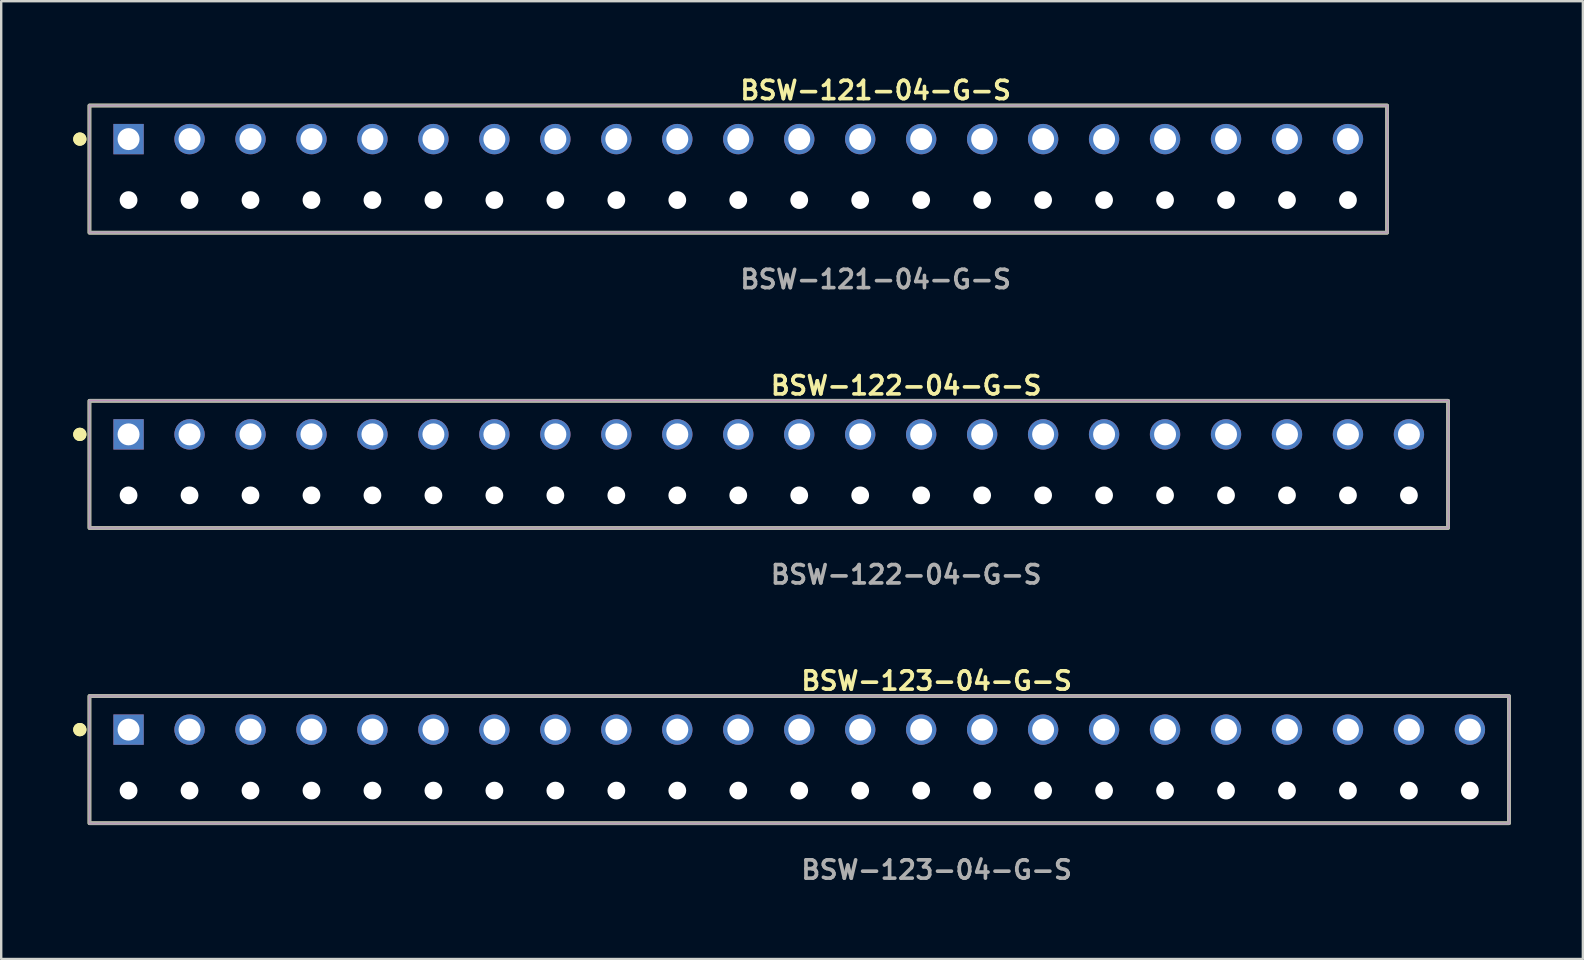
<source format=kicad_pcb>
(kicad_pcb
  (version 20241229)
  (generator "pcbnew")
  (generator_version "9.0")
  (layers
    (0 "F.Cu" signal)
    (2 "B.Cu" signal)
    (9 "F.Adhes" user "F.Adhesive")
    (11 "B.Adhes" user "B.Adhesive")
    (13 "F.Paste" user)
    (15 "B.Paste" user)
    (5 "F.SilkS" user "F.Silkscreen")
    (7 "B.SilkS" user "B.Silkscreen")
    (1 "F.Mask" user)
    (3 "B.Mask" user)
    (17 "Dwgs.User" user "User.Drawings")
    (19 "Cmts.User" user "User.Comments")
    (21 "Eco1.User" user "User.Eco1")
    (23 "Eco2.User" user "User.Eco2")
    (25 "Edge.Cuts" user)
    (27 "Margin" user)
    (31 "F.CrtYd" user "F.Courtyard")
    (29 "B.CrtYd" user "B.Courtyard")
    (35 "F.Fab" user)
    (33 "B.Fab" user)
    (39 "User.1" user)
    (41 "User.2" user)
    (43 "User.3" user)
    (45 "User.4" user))
  (footprint "BSW-122-04-G-S"
    (layer "F.Cu")
    (at 28.976 15.046)
    (property "Reference" "BSW-122-04-G-S" (at 0 -2.032 0) (unlocked yes) (layer "F.SilkS") (effects (font (size 0.762 0.762) (thickness 0.152)) (justify left)))
    (fp_rect (start -28.3 3.9) (end 28.3 -1.4) (stroke (width 0.152) (type solid)) (fill no) (layer "F.SilkS"))
    (fp_circle (center -28.7 0) (end -28.9 0) (stroke (width 0.152) (type solid)) (fill yes) (layer "F.SilkS"))
    (fp_circle (center -28.7 0) (end -28.9 0) (stroke (width 0.152) (type solid)) (fill yes) (layer "F.SilkS"))
    (fp_rect (start -28.3 3.9) (end 28.3 -1.4) (stroke (width 0.006) (type solid)) (fill no) (layer "F.CrtYd"))
    (fp_rect (start -28.3 3.9) (end 28.3 -1.4) (stroke (width 0.152) (type solid)) (fill no) (layer "F.Fab"))
    (fp_text user "${REFERENCE}" (at 0 5.842 0) (unlocked yes) (layer "F.Fab") (effects (font (size 0.762 0.762) (thickness 0.152)) (justify left)))
    (pad "" np_thru_hole circle (at -26.67 2.54) (size 0.74 0.74) (drill 0.74) (layers "*.Cu" "*.Mask"))
    (pad "" np_thru_hole circle (at -24.13 2.54) (size 0.74 0.74) (drill 0.74) (layers "*.Cu" "*.Mask"))
    (pad "" np_thru_hole circle (at -21.59 2.54) (size 0.74 0.74) (drill 0.74) (layers "*.Cu" "*.Mask"))
    (pad "" np_thru_hole circle (at -19.05 2.54) (size 0.74 0.74) (drill 0.74) (layers "*.Cu" "*.Mask"))
    (pad "" np_thru_hole circle (at -16.51 2.54) (size 0.74 0.74) (drill 0.74) (layers "*.Cu" "*.Mask"))
    (pad "" np_thru_hole circle (at -13.97 2.54) (size 0.74 0.74) (drill 0.74) (layers "*.Cu" "*.Mask"))
    (pad "" np_thru_hole circle (at -11.43 2.54) (size 0.74 0.74) (drill 0.74) (layers "*.Cu" "*.Mask"))
    (pad "" np_thru_hole circle (at -8.89 2.54) (size 0.74 0.74) (drill 0.74) (layers "*.Cu" "*.Mask"))
    (pad "" np_thru_hole circle (at -6.35 2.54) (size 0.74 0.74) (drill 0.74) (layers "*.Cu" "*.Mask"))
    (pad "" np_thru_hole circle (at -3.81 2.54) (size 0.74 0.74) (drill 0.74) (layers "*.Cu" "*.Mask"))
    (pad "" np_thru_hole circle (at -1.27 2.54) (size 0.74 0.74) (drill 0.74) (layers "*.Cu" "*.Mask"))
    (pad "" np_thru_hole circle (at 1.27 2.54) (size 0.74 0.74) (drill 0.74) (layers "*.Cu" "*.Mask"))
    (pad "" np_thru_hole circle (at 3.81 2.54) (size 0.74 0.74) (drill 0.74) (layers "*.Cu" "*.Mask"))
    (pad "" np_thru_hole circle (at 6.35 2.54) (size 0.74 0.74) (drill 0.74) (layers "*.Cu" "*.Mask"))
    (pad "" np_thru_hole circle (at 8.89 2.54) (size 0.74 0.74) (drill 0.74) (layers "*.Cu" "*.Mask"))
    (pad "" np_thru_hole circle (at 11.43 2.54) (size 0.74 0.74) (drill 0.74) (layers "*.Cu" "*.Mask"))
    (pad "" np_thru_hole circle (at 13.97 2.54) (size 0.74 0.74) (drill 0.74) (layers "*.Cu" "*.Mask"))
    (pad "" np_thru_hole circle (at 16.51 2.54) (size 0.74 0.74) (drill 0.74) (layers "*.Cu" "*.Mask"))
    (pad "" np_thru_hole circle (at 19.05 2.54) (size 0.74 0.74) (drill 0.74) (layers "*.Cu" "*.Mask"))
    (pad "" np_thru_hole circle (at 21.59 2.54) (size 0.74 0.74) (drill 0.74) (layers "*.Cu" "*.Mask"))
    (pad "" np_thru_hole circle (at 24.13 2.54) (size 0.74 0.74) (drill 0.74) (layers "*.Cu" "*.Mask"))
    (pad "" np_thru_hole circle (at 26.67 2.54) (size 0.74 0.74) (drill 0.74) (layers "*.Cu" "*.Mask"))
    (pad "1" thru_hole rect (at -26.67 0) (size 1.264 1.264) (drill 0.914) (layers "*.Cu" "*.Mask"))
    (pad "2" thru_hole circle (at -24.13 0) (size 1.264 1.264) (drill 0.914) (layers "*.Cu" "*.Mask"))
    (pad "3" thru_hole circle (at -21.59 0) (size 1.264 1.264) (drill 0.914) (layers "*.Cu" "*.Mask"))
    (pad "4" thru_hole circle (at -19.05 0) (size 1.264 1.264) (drill 0.914) (layers "*.Cu" "*.Mask"))
    (pad "5" thru_hole circle (at -16.51 0) (size 1.264 1.264) (drill 0.914) (layers "*.Cu" "*.Mask"))
    (pad "6" thru_hole circle (at -13.97 0) (size 1.264 1.264) (drill 0.914) (layers "*.Cu" "*.Mask"))
    (pad "7" thru_hole circle (at -11.43 0) (size 1.264 1.264) (drill 0.914) (layers "*.Cu" "*.Mask"))
    (pad "8" thru_hole circle (at -8.89 0) (size 1.264 1.264) (drill 0.914) (layers "*.Cu" "*.Mask"))
    (pad "9" thru_hole circle (at -6.35 0) (size 1.264 1.264) (drill 0.914) (layers "*.Cu" "*.Mask"))
    (pad "10" thru_hole circle (at -3.81 0) (size 1.264 1.264) (drill 0.914) (layers "*.Cu" "*.Mask"))
    (pad "11" thru_hole circle (at -1.27 0) (size 1.264 1.264) (drill 0.914) (layers "*.Cu" "*.Mask"))
    (pad "12" thru_hole circle (at 1.27 0) (size 1.264 1.264) (drill 0.914) (layers "*.Cu" "*.Mask"))
    (pad "13" thru_hole circle (at 3.81 0) (size 1.264 1.264) (drill 0.914) (layers "*.Cu" "*.Mask"))
    (pad "14" thru_hole circle (at 6.35 0) (size 1.264 1.264) (drill 0.914) (layers "*.Cu" "*.Mask"))
    (pad "15" thru_hole circle (at 8.89 0) (size 1.264 1.264) (drill 0.914) (layers "*.Cu" "*.Mask"))
    (pad "16" thru_hole circle (at 11.43 0) (size 1.264 1.264) (drill 0.914) (layers "*.Cu" "*.Mask"))
    (pad "17" thru_hole circle (at 13.97 0) (size 1.264 1.264) (drill 0.914) (layers "*.Cu" "*.Mask"))
    (pad "18" thru_hole circle (at 16.51 0) (size 1.264 1.264) (drill 0.914) (layers "*.Cu" "*.Mask"))
    (pad "19" thru_hole circle (at 19.05 0) (size 1.264 1.264) (drill 0.914) (layers "*.Cu" "*.Mask"))
    (pad "20" thru_hole circle (at 21.59 0) (size 1.264 1.264) (drill 0.914) (layers "*.Cu" "*.Mask"))
    (pad "21" thru_hole circle (at 24.13 0) (size 1.264 1.264) (drill 0.914) (layers "*.Cu" "*.Mask"))
    (pad "22" thru_hole circle (at 26.67 0) (size 1.264 1.264) (drill 0.914) (layers "*.Cu" "*.Mask")))
  (footprint "BSW-121-04-G-S"
    (layer "F.Cu")
    (at 27.706 2.745)
    (property "Reference" "BSW-121-04-G-S" (at 0 -2.032 0) (unlocked yes) (layer "F.SilkS") (effects (font (size 0.762 0.762) (thickness 0.152)) (justify left)))
    (fp_rect (start -27.03 3.9) (end 27.03 -1.4) (stroke (width 0.152) (type solid)) (fill no) (layer "F.SilkS"))
    (fp_circle (center -27.43 0) (end -27.63 0) (stroke (width 0.152) (type solid)) (fill yes) (layer "F.SilkS"))
    (fp_circle (center -27.43 0) (end -27.63 0) (stroke (width 0.152) (type solid)) (fill yes) (layer "F.SilkS"))
    (fp_rect (start -27.03 3.9) (end 27.03 -1.4) (stroke (width 0.006) (type solid)) (fill no) (layer "F.CrtYd"))
    (fp_rect (start -27.03 3.9) (end 27.03 -1.4) (stroke (width 0.152) (type solid)) (fill no) (layer "F.Fab"))
    (fp_text user "${REFERENCE}" (at 0 5.842 0) (unlocked yes) (layer "F.Fab") (effects (font (size 0.762 0.762) (thickness 0.152)) (justify left)))
    (pad "" np_thru_hole circle (at -25.4 2.54) (size 0.74 0.74) (drill 0.74) (layers "*.Cu" "*.Mask"))
    (pad "" np_thru_hole circle (at -22.86 2.54) (size 0.74 0.74) (drill 0.74) (layers "*.Cu" "*.Mask"))
    (pad "" np_thru_hole circle (at -20.32 2.54) (size 0.74 0.74) (drill 0.74) (layers "*.Cu" "*.Mask"))
    (pad "" np_thru_hole circle (at -17.78 2.54) (size 0.74 0.74) (drill 0.74) (layers "*.Cu" "*.Mask"))
    (pad "" np_thru_hole circle (at -15.24 2.54) (size 0.74 0.74) (drill 0.74) (layers "*.Cu" "*.Mask"))
    (pad "" np_thru_hole circle (at -12.7 2.54) (size 0.74 0.74) (drill 0.74) (layers "*.Cu" "*.Mask"))
    (pad "" np_thru_hole circle (at -10.16 2.54) (size 0.74 0.74) (drill 0.74) (layers "*.Cu" "*.Mask"))
    (pad "" np_thru_hole circle (at -7.62 2.54) (size 0.74 0.74) (drill 0.74) (layers "*.Cu" "*.Mask"))
    (pad "" np_thru_hole circle (at -5.08 2.54) (size 0.74 0.74) (drill 0.74) (layers "*.Cu" "*.Mask"))
    (pad "" np_thru_hole circle (at -2.54 2.54) (size 0.74 0.74) (drill 0.74) (layers "*.Cu" "*.Mask"))
    (pad "" np_thru_hole circle (at 0 2.54) (size 0.74 0.74) (drill 0.74) (layers "*.Cu" "*.Mask"))
    (pad "" np_thru_hole circle (at 2.54 2.54) (size 0.74 0.74) (drill 0.74) (layers "*.Cu" "*.Mask"))
    (pad "" np_thru_hole circle (at 5.08 2.54) (size 0.74 0.74) (drill 0.74) (layers "*.Cu" "*.Mask"))
    (pad "" np_thru_hole circle (at 7.62 2.54) (size 0.74 0.74) (drill 0.74) (layers "*.Cu" "*.Mask"))
    (pad "" np_thru_hole circle (at 10.16 2.54) (size 0.74 0.74) (drill 0.74) (layers "*.Cu" "*.Mask"))
    (pad "" np_thru_hole circle (at 12.7 2.54) (size 0.74 0.74) (drill 0.74) (layers "*.Cu" "*.Mask"))
    (pad "" np_thru_hole circle (at 15.24 2.54) (size 0.74 0.74) (drill 0.74) (layers "*.Cu" "*.Mask"))
    (pad "" np_thru_hole circle (at 17.78 2.54) (size 0.74 0.74) (drill 0.74) (layers "*.Cu" "*.Mask"))
    (pad "" np_thru_hole circle (at 20.32 2.54) (size 0.74 0.74) (drill 0.74) (layers "*.Cu" "*.Mask"))
    (pad "" np_thru_hole circle (at 22.86 2.54) (size 0.74 0.74) (drill 0.74) (layers "*.Cu" "*.Mask"))
    (pad "" np_thru_hole circle (at 25.4 2.54) (size 0.74 0.74) (drill 0.74) (layers "*.Cu" "*.Mask"))
    (pad "1" thru_hole rect (at -25.4 0) (size 1.264 1.264) (drill 0.914) (layers "*.Cu" "*.Mask"))
    (pad "2" thru_hole circle (at -22.86 0) (size 1.264 1.264) (drill 0.914) (layers "*.Cu" "*.Mask"))
    (pad "3" thru_hole circle (at -20.32 0) (size 1.264 1.264) (drill 0.914) (layers "*.Cu" "*.Mask"))
    (pad "4" thru_hole circle (at -17.78 0) (size 1.264 1.264) (drill 0.914) (layers "*.Cu" "*.Mask"))
    (pad "5" thru_hole circle (at -15.24 0) (size 1.264 1.264) (drill 0.914) (layers "*.Cu" "*.Mask"))
    (pad "6" thru_hole circle (at -12.7 0) (size 1.264 1.264) (drill 0.914) (layers "*.Cu" "*.Mask"))
    (pad "7" thru_hole circle (at -10.16 0) (size 1.264 1.264) (drill 0.914) (layers "*.Cu" "*.Mask"))
    (pad "8" thru_hole circle (at -7.62 0) (size 1.264 1.264) (drill 0.914) (layers "*.Cu" "*.Mask"))
    (pad "9" thru_hole circle (at -5.08 0) (size 1.264 1.264) (drill 0.914) (layers "*.Cu" "*.Mask"))
    (pad "10" thru_hole circle (at -2.54 0) (size 1.264 1.264) (drill 0.914) (layers "*.Cu" "*.Mask"))
    (pad "11" thru_hole circle (at 0 0) (size 1.264 1.264) (drill 0.914) (layers "*.Cu" "*.Mask"))
    (pad "12" thru_hole circle (at 2.54 0) (size 1.264 1.264) (drill 0.914) (layers "*.Cu" "*.Mask"))
    (pad "13" thru_hole circle (at 5.08 0) (size 1.264 1.264) (drill 0.914) (layers "*.Cu" "*.Mask"))
    (pad "14" thru_hole circle (at 7.62 0) (size 1.264 1.264) (drill 0.914) (layers "*.Cu" "*.Mask"))
    (pad "15" thru_hole circle (at 10.16 0) (size 1.264 1.264) (drill 0.914) (layers "*.Cu" "*.Mask"))
    (pad "16" thru_hole circle (at 12.7 0) (size 1.264 1.264) (drill 0.914) (layers "*.Cu" "*.Mask"))
    (pad "17" thru_hole circle (at 15.24 0) (size 1.264 1.264) (drill 0.914) (layers "*.Cu" "*.Mask"))
    (pad "18" thru_hole circle (at 17.78 0) (size 1.264 1.264) (drill 0.914) (layers "*.Cu" "*.Mask"))
    (pad "19" thru_hole circle (at 20.32 0) (size 1.264 1.264) (drill 0.914) (layers "*.Cu" "*.Mask"))
    (pad "20" thru_hole circle (at 22.86 0) (size 1.264 1.264) (drill 0.914) (layers "*.Cu" "*.Mask"))
    (pad "21" thru_hole circle (at 25.4 0) (size 1.264 1.264) (drill 0.914) (layers "*.Cu" "*.Mask")))
  (footprint "BSW-123-04-G-S"
    (layer "F.Cu")
    (at 30.246 27.346)
    (property "Reference" "BSW-123-04-G-S" (at 0 -2.032 0) (unlocked yes) (layer "F.SilkS") (effects (font (size 0.762 0.762) (thickness 0.152)) (justify left)))
    (fp_rect (start -29.57 3.9) (end 29.57 -1.4) (stroke (width 0.152) (type solid)) (fill no) (layer "F.SilkS"))
    (fp_circle (center -29.97 0) (end -30.17 0) (stroke (width 0.152) (type solid)) (fill yes) (layer "F.SilkS"))
    (fp_circle (center -29.97 0) (end -30.17 0) (stroke (width 0.152) (type solid)) (fill yes) (layer "F.SilkS"))
    (fp_rect (start -29.57 3.9) (end 29.57 -1.4) (stroke (width 0.006) (type solid)) (fill no) (layer "F.CrtYd"))
    (fp_rect (start -29.57 3.9) (end 29.57 -1.4) (stroke (width 0.152) (type solid)) (fill no) (layer "F.Fab"))
    (fp_text user "${REFERENCE}" (at 0 5.842 0) (unlocked yes) (layer "F.Fab") (effects (font (size 0.762 0.762) (thickness 0.152)) (justify left)))
    (pad "" np_thru_hole circle (at -27.94 2.54) (size 0.74 0.74) (drill 0.74) (layers "*.Cu" "*.Mask"))
    (pad "" np_thru_hole circle (at -25.4 2.54) (size 0.74 0.74) (drill 0.74) (layers "*.Cu" "*.Mask"))
    (pad "" np_thru_hole circle (at -22.86 2.54) (size 0.74 0.74) (drill 0.74) (layers "*.Cu" "*.Mask"))
    (pad "" np_thru_hole circle (at -20.32 2.54) (size 0.74 0.74) (drill 0.74) (layers "*.Cu" "*.Mask"))
    (pad "" np_thru_hole circle (at -17.78 2.54) (size 0.74 0.74) (drill 0.74) (layers "*.Cu" "*.Mask"))
    (pad "" np_thru_hole circle (at -15.24 2.54) (size 0.74 0.74) (drill 0.74) (layers "*.Cu" "*.Mask"))
    (pad "" np_thru_hole circle (at -12.7 2.54) (size 0.74 0.74) (drill 0.74) (layers "*.Cu" "*.Mask"))
    (pad "" np_thru_hole circle (at -10.16 2.54) (size 0.74 0.74) (drill 0.74) (layers "*.Cu" "*.Mask"))
    (pad "" np_thru_hole circle (at -7.62 2.54) (size 0.74 0.74) (drill 0.74) (layers "*.Cu" "*.Mask"))
    (pad "" np_thru_hole circle (at -5.08 2.54) (size 0.74 0.74) (drill 0.74) (layers "*.Cu" "*.Mask"))
    (pad "" np_thru_hole circle (at -2.54 2.54) (size 0.74 0.74) (drill 0.74) (layers "*.Cu" "*.Mask"))
    (pad "" np_thru_hole circle (at 0 2.54) (size 0.74 0.74) (drill 0.74) (layers "*.Cu" "*.Mask"))
    (pad "" np_thru_hole circle (at 2.54 2.54) (size 0.74 0.74) (drill 0.74) (layers "*.Cu" "*.Mask"))
    (pad "" np_thru_hole circle (at 5.08 2.54) (size 0.74 0.74) (drill 0.74) (layers "*.Cu" "*.Mask"))
    (pad "" np_thru_hole circle (at 7.62 2.54) (size 0.74 0.74) (drill 0.74) (layers "*.Cu" "*.Mask"))
    (pad "" np_thru_hole circle (at 10.16 2.54) (size 0.74 0.74) (drill 0.74) (layers "*.Cu" "*.Mask"))
    (pad "" np_thru_hole circle (at 12.7 2.54) (size 0.74 0.74) (drill 0.74) (layers "*.Cu" "*.Mask"))
    (pad "" np_thru_hole circle (at 15.24 2.54) (size 0.74 0.74) (drill 0.74) (layers "*.Cu" "*.Mask"))
    (pad "" np_thru_hole circle (at 17.78 2.54) (size 0.74 0.74) (drill 0.74) (layers "*.Cu" "*.Mask"))
    (pad "" np_thru_hole circle (at 20.32 2.54) (size 0.74 0.74) (drill 0.74) (layers "*.Cu" "*.Mask"))
    (pad "" np_thru_hole circle (at 22.86 2.54) (size 0.74 0.74) (drill 0.74) (layers "*.Cu" "*.Mask"))
    (pad "" np_thru_hole circle (at 25.4 2.54) (size 0.74 0.74) (drill 0.74) (layers "*.Cu" "*.Mask"))
    (pad "" np_thru_hole circle (at 27.94 2.54) (size 0.74 0.74) (drill 0.74) (layers "*.Cu" "*.Mask"))
    (pad "1" thru_hole rect (at -27.94 0) (size 1.264 1.264) (drill 0.914) (layers "*.Cu" "*.Mask"))
    (pad "2" thru_hole circle (at -25.4 0) (size 1.264 1.264) (drill 0.914) (layers "*.Cu" "*.Mask"))
    (pad "3" thru_hole circle (at -22.86 0) (size 1.264 1.264) (drill 0.914) (layers "*.Cu" "*.Mask"))
    (pad "4" thru_hole circle (at -20.32 0) (size 1.264 1.264) (drill 0.914) (layers "*.Cu" "*.Mask"))
    (pad "5" thru_hole circle (at -17.78 0) (size 1.264 1.264) (drill 0.914) (layers "*.Cu" "*.Mask"))
    (pad "6" thru_hole circle (at -15.24 0) (size 1.264 1.264) (drill 0.914) (layers "*.Cu" "*.Mask"))
    (pad "7" thru_hole circle (at -12.7 0) (size 1.264 1.264) (drill 0.914) (layers "*.Cu" "*.Mask"))
    (pad "8" thru_hole circle (at -10.16 0) (size 1.264 1.264) (drill 0.914) (layers "*.Cu" "*.Mask"))
    (pad "9" thru_hole circle (at -7.62 0) (size 1.264 1.264) (drill 0.914) (layers "*.Cu" "*.Mask"))
    (pad "10" thru_hole circle (at -5.08 0) (size 1.264 1.264) (drill 0.914) (layers "*.Cu" "*.Mask"))
    (pad "11" thru_hole circle (at -2.54 0) (size 1.264 1.264) (drill 0.914) (layers "*.Cu" "*.Mask"))
    (pad "12" thru_hole circle (at 0 0) (size 1.264 1.264) (drill 0.914) (layers "*.Cu" "*.Mask"))
    (pad "13" thru_hole circle (at 2.54 0) (size 1.264 1.264) (drill 0.914) (layers "*.Cu" "*.Mask"))
    (pad "14" thru_hole circle (at 5.08 0) (size 1.264 1.264) (drill 0.914) (layers "*.Cu" "*.Mask"))
    (pad "15" thru_hole circle (at 7.62 0) (size 1.264 1.264) (drill 0.914) (layers "*.Cu" "*.Mask"))
    (pad "16" thru_hole circle (at 10.16 0) (size 1.264 1.264) (drill 0.914) (layers "*.Cu" "*.Mask"))
    (pad "17" thru_hole circle (at 12.7 0) (size 1.264 1.264) (drill 0.914) (layers "*.Cu" "*.Mask"))
    (pad "18" thru_hole circle (at 15.24 0) (size 1.264 1.264) (drill 0.914) (layers "*.Cu" "*.Mask"))
    (pad "19" thru_hole circle (at 17.78 0) (size 1.264 1.264) (drill 0.914) (layers "*.Cu" "*.Mask"))
    (pad "20" thru_hole circle (at 20.32 0) (size 1.264 1.264) (drill 0.914) (layers "*.Cu" "*.Mask"))
    (pad "21" thru_hole circle (at 22.86 0) (size 1.264 1.264) (drill 0.914) (layers "*.Cu" "*.Mask"))
    (pad "22" thru_hole circle (at 25.4 0) (size 1.264 1.264) (drill 0.914) (layers "*.Cu" "*.Mask"))
    (pad "23" thru_hole circle (at 27.94 0) (size 1.264 1.264) (drill 0.914) (layers "*.Cu" "*.Mask")))
  (gr_rect
    (start -3 -3)
    (end 62.892 36.901)
    (stroke (width 0.1) (type default))
    (fill no)
    (layer "Edge.Cuts")))
</source>
